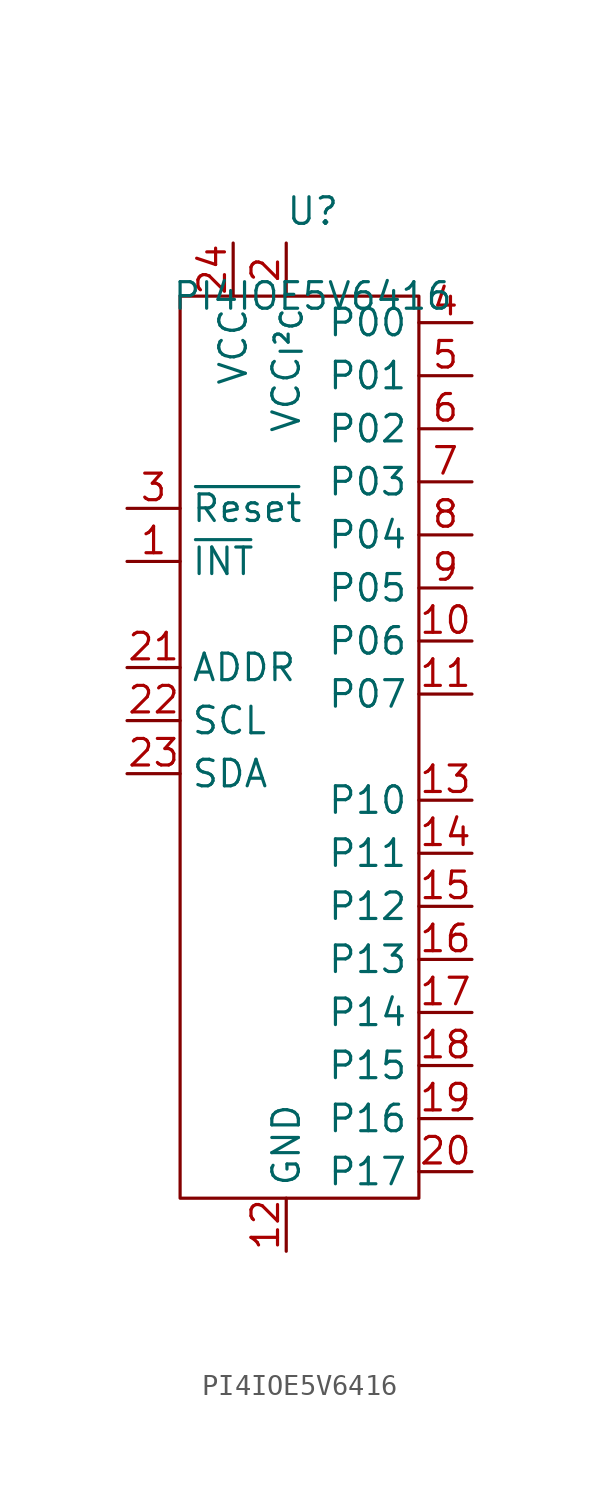
<source format=kicad_sym>
(kicad_symbol_lib
  (version 20241209)
  (generator "kicad_symbol_editor")
  (generator_version "9.0")
  (symbol "PI4IOE5V6416"
    (property "Reference" "U"
      (at 0 4.064 0)
      (effects (font (size 1.27 1.27))))
    (property "Value" "PI4IOE5V6416"
      (at 0 0 0)
      (effects (font (size 1.27 1.27))))
    (symbol "PI4IOE5V6416_0_1"
      (rectangle (start 5.08 -43.18) (end -6.35 0) (stroke (width 0) (type default)) (fill (type none))))
    (symbol "PI4IOE5V6416_1_1"
      (pin input line (at -8.89 -10.16 0) (length 2.54) (name "~{Reset}" (effects (font (size 1.27 1.27)))) (number "3" (effects (font (size 1.27 1.27)))))
      (pin open_collector line (at -8.89 -12.7 0) (length 2.54) (name "~{INT}" (effects (font (size 1.27 1.27)))) (number "1" (effects (font (size 1.27 1.27)))))
      (pin input line (at -8.89 -17.78 0) (length 2.54) (name "ADDR" (effects (font (size 1.27 1.27)))) (number "21" (effects (font (size 1.27 1.27)))))
      (pin bidirectional line (at -8.89 -20.32 0) (length 2.54) (name "SCL" (effects (font (size 1.27 1.27)))) (number "22" (effects (font (size 1.27 1.27)))))
      (pin input line (at -8.89 -22.86 0) (length 2.54) (name "SDA" (effects (font (size 1.27 1.27)))) (number "23" (effects (font (size 1.27 1.27)))))
      (pin power_in line (at -3.81 2.54 270) (length 2.54) (name "VCC" (effects (font (size 1.27 1.27)))) (number "24" (effects (font (size 1.27 1.27)))))
      (pin power_in line (at -1.27 2.54 270) (length 2.54) (name "VCC_{I²C}" (effects (font (size 1.27 1.27)))) (number "2" (effects (font (size 1.27 1.27)))))
      (pin power_in line (at -1.27 -45.72 90) (length 2.54) (name "GND" (effects (font (size 1.27 1.27)))) (number "12" (effects (font (size 1.27 1.27)))))
      (pin bidirectional line (at 7.62 -1.27 180) (length 2.54) (name "P00" (effects (font (size 1.27 1.27)))) (number "4" (effects (font (size 1.27 1.27)))))
      (pin bidirectional line (at 7.62 -3.81 180) (length 2.54) (name "P01" (effects (font (size 1.27 1.27)))) (number "5" (effects (font (size 1.27 1.27)))))
      (pin bidirectional line (at 7.62 -6.35 180) (length 2.54) (name "P02" (effects (font (size 1.27 1.27)))) (number "6" (effects (font (size 1.27 1.27)))))
      (pin bidirectional line (at 7.62 -8.89 180) (length 2.54) (name "P03" (effects (font (size 1.27 1.27)))) (number "7" (effects (font (size 1.27 1.27)))))
      (pin bidirectional line (at 7.62 -11.43 180) (length 2.54) (name "P04" (effects (font (size 1.27 1.27)))) (number "8" (effects (font (size 1.27 1.27)))))
      (pin bidirectional line (at 7.62 -13.97 180) (length 2.54) (name "P05" (effects (font (size 1.27 1.27)))) (number "9" (effects (font (size 1.27 1.27)))))
      (pin bidirectional line (at 7.62 -16.51 180) (length 2.54) (name "P06" (effects (font (size 1.27 1.27)))) (number "10" (effects (font (size 1.27 1.27)))))
      (pin bidirectional line (at 7.62 -19.05 180) (length 2.54) (name "P07" (effects (font (size 1.27 1.27)))) (number "11" (effects (font (size 1.27 1.27)))))
      (pin bidirectional line (at 7.62 -24.13 180) (length 2.54) (name "P10" (effects (font (size 1.27 1.27)))) (number "13" (effects (font (size 1.27 1.27)))))
      (pin bidirectional line (at 7.62 -26.67 180) (length 2.54) (name "P11" (effects (font (size 1.27 1.27)))) (number "14" (effects (font (size 1.27 1.27)))))
      (pin bidirectional line (at 7.62 -29.21 180) (length 2.54) (name "P12" (effects (font (size 1.27 1.27)))) (number "15" (effects (font (size 1.27 1.27)))))
      (pin bidirectional line (at 7.62 -31.75 180) (length 2.54) (name "P13" (effects (font (size 1.27 1.27)))) (number "16" (effects (font (size 1.27 1.27)))))
      (pin bidirectional line (at 7.62 -34.29 180) (length 2.54) (name "P14" (effects (font (size 1.27 1.27)))) (number "17" (effects (font (size 1.27 1.27)))))
      (pin bidirectional line (at 7.62 -36.83 180) (length 2.54) (name "P15" (effects (font (size 1.27 1.27)))) (number "18" (effects (font (size 1.27 1.27)))))
      (pin bidirectional line (at 7.62 -39.37 180) (length 2.54) (name "P16" (effects (font (size 1.27 1.27)))) (number "19" (effects (font (size 1.27 1.27)))))
      (pin bidirectional line (at 7.62 -41.91 180) (length 2.54) (name "P17" (effects (font (size 1.27 1.27)))) (number "20" (effects (font (size 1.27 1.27))))))))
</source>
